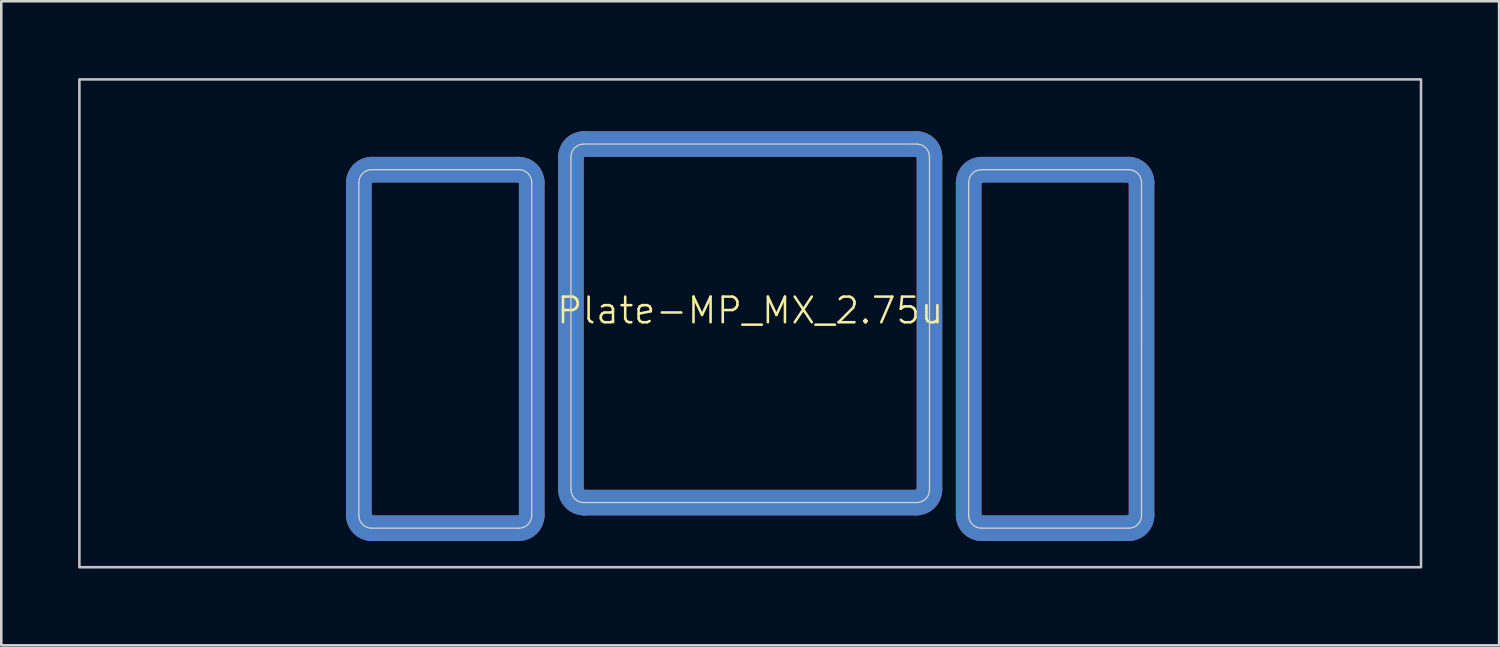
<source format=kicad_pcb>
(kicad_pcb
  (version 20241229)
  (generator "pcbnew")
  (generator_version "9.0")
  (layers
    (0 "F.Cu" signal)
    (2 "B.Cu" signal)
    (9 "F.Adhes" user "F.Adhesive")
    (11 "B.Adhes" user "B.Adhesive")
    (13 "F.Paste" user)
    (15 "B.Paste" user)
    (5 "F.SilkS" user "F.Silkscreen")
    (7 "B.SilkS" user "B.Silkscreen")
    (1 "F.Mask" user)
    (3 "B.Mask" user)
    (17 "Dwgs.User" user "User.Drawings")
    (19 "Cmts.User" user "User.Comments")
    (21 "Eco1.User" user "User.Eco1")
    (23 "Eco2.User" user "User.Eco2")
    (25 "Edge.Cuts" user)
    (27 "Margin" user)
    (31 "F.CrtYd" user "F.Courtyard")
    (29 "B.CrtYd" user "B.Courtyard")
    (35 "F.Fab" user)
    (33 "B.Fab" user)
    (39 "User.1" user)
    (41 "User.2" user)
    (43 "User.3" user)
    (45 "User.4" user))
  (footprint "Plate-MP_MX_2.75u"
    (layer "F.Cu")
    (at 26.244 9.575)
    (property "Reference" "Plate-MP_MX_2.75u" (at 0 -0.5 0) (unlocked yes) (layer "F.SilkS") (effects (font (size 1 1) (thickness 0.1))))
    (attr exclude_from_pos_files exclude_from_bom allow_missing_courtyard)
    (fp_line (start -15.281 -5.5) (end -15.281 7.5) (stroke (width 1) (type solid)) (layer "F.Cu"))
    (fp_line (start -9.031 -6) (end -14.781 -6) (stroke (width 1) (type solid)) (layer "F.Cu"))
    (fp_line (start -9.031 8) (end -14.781 8) (stroke (width 1) (type solid)) (layer "F.Cu"))
    (fp_line (start -8.531 -5.5) (end -8.531 7.5) (stroke (width 1) (type solid)) (layer "F.Cu"))
    (fp_line (start -7 -6.5) (end -7 6.5) (stroke (width 1) (type solid)) (layer "F.Cu"))
    (fp_line (start -6.5 7) (end 6.5 7) (stroke (width 1) (type solid)) (layer "F.Cu"))
    (fp_line (start 6.5 -7) (end -6.5 -7) (stroke (width 1) (type solid)) (layer "F.Cu"))
    (fp_line (start 7 6.5) (end 7 -6.5) (stroke (width 1) (type solid)) (layer "F.Cu"))
    (fp_line (start 8.531 -5.5) (end 8.531 7.5) (stroke (width 1) (type solid)) (layer "F.Cu"))
    (fp_line (start 14.781 -6) (end 9.031 -6) (stroke (width 1) (type solid)) (layer "F.Cu"))
    (fp_line (start 14.781 8) (end 9.031 8) (stroke (width 1) (type solid)) (layer "F.Cu"))
    (fp_line (start 15.281 -5.5) (end 15.281 7.5) (stroke (width 1) (type solid)) (layer "F.Cu"))
    (fp_arc (start -15.28125 -5.499999) (mid -15.134803 -5.853552) (end -14.78125 -5.999999) (stroke (width 1) (type solid)) (layer "F.Cu"))
    (fp_arc (start -14.78125 8.000001) (mid -15.134804 7.853555) (end -15.28125 7.500001) (stroke (width 1) (type solid)) (layer "F.Cu"))
    (fp_arc (start -9.03125 -5.999999) (mid -8.677697 -5.853552) (end -8.53125 -5.499999) (stroke (width 1) (type solid)) (layer "F.Cu"))
    (fp_arc (start -8.53125 7.500001) (mid -8.677697 7.853554) (end -9.03125 8.000001) (stroke (width 1) (type solid)) (layer "F.Cu"))
    (fp_arc (start -7 -6.5) (mid -6.853554 -6.853554) (end -6.5 -7) (stroke (width 1) (type solid)) (layer "F.Cu"))
    (fp_arc (start -6.497236 6.998884) (mid -6.85079 6.852438) (end -6.997236 6.498884) (stroke (width 1) (type solid)) (layer "F.Cu"))
    (fp_arc (start 6.5 -7) (mid 6.853554 -6.853554) (end 7 -6.5) (stroke (width 1) (type solid)) (layer "F.Cu"))
    (fp_arc (start 7 6.5) (mid 6.853554 6.853554) (end 6.5 7) (stroke (width 1) (type solid)) (layer "F.Cu"))
    (fp_arc (start 8.53125 -5.499999) (mid 8.677697 -5.853552) (end 9.03125 -5.999999) (stroke (width 1) (type solid)) (layer "F.Cu"))
    (fp_arc (start 9.03125 8.000001) (mid 8.677696 7.853555) (end 8.53125 7.500001) (stroke (width 1) (type solid)) (layer "F.Cu"))
    (fp_arc (start 14.78125 -5.999999) (mid 15.134803 -5.853552) (end 15.28125 -5.499999) (stroke (width 1) (type solid)) (layer "F.Cu"))
    (fp_arc (start 15.28125 7.500001) (mid 15.134803 7.853554) (end 14.78125 8.000001) (stroke (width 1) (type solid)) (layer "F.Cu"))
    (fp_line (start -15.281 -5.5) (end -15.281 7.5) (stroke (width 1.1) (type solid)) (layer "F.Mask"))
    (fp_line (start -14.781 -6) (end -9.031 -6) (stroke (width 1.1) (type solid)) (layer "F.Mask"))
    (fp_line (start -14.781 8) (end -9.031 8) (stroke (width 1.1) (type solid)) (layer "F.Mask"))
    (fp_line (start -8.531 -5.5) (end -8.531 7.5) (stroke (width 1.1) (type solid)) (layer "F.Mask"))
    (fp_line (start -7 -6.5) (end -7 6.5) (stroke (width 1.1) (type solid)) (layer "F.Mask"))
    (fp_line (start -6.5 7) (end 6.5 7) (stroke (width 1.1) (type solid)) (layer "F.Mask"))
    (fp_line (start 6.5 -7) (end -6.5 -7) (stroke (width 1.1) (type solid)) (layer "F.Mask"))
    (fp_line (start 7 6.5) (end 7 -6.5) (stroke (width 1.1) (type solid)) (layer "F.Mask"))
    (fp_line (start 8.531 -5.5) (end 8.531 7.5) (stroke (width 1.1) (type solid)) (layer "F.Mask"))
    (fp_line (start 9.031 -6) (end 14.781 -6) (stroke (width 1.1) (type solid)) (layer "F.Mask"))
    (fp_line (start 9.031 8) (end 14.781 8) (stroke (width 1.1) (type solid)) (layer "F.Mask"))
    (fp_line (start 15.281 -5.5) (end 15.281 7.5) (stroke (width 1.1) (type solid)) (layer "F.Mask"))
    (fp_arc (start -15.28125 -5.499999) (mid -15.134803 -5.853552) (end -14.78125 -5.999999) (stroke (width 1.1) (type solid)) (layer "F.Mask"))
    (fp_arc (start -14.78125 8.000001) (mid -15.134803 7.853554) (end -15.28125 7.500001) (stroke (width 1.1) (type solid)) (layer "F.Mask"))
    (fp_arc (start -9.03125 -5.999999) (mid -8.677697 -5.853552) (end -8.53125 -5.499999) (stroke (width 1.1) (type solid)) (layer "F.Mask"))
    (fp_arc (start -8.53125 7.500001) (mid -8.677697 7.853554) (end -9.03125 8.000001) (stroke (width 1.1) (type solid)) (layer "F.Mask"))
    (fp_arc (start -7 -6.5) (mid -6.853554 -6.853554) (end -6.5 -7) (stroke (width 1.1) (type solid)) (layer "F.Mask"))
    (fp_arc (start -6.497236 6.998884) (mid -6.85079 6.852438) (end -6.997236 6.498884) (stroke (width 1.1) (type solid)) (layer "F.Mask"))
    (fp_arc (start 6.5 -7) (mid 6.853554 -6.853554) (end 7 -6.5) (stroke (width 1.1) (type solid)) (layer "F.Mask"))
    (fp_arc (start 7 6.5) (mid 6.853554 6.853554) (end 6.5 7) (stroke (width 1.1) (type solid)) (layer "F.Mask"))
    (fp_arc (start 8.53125 -5.499999) (mid 8.677697 -5.853552) (end 9.03125 -5.999999) (stroke (width 1.1) (type solid)) (layer "F.Mask"))
    (fp_arc (start 9.03125 8.000001) (mid 8.677697 7.853554) (end 8.53125 7.500001) (stroke (width 1.1) (type solid)) (layer "F.Mask"))
    (fp_arc (start 14.78125 -5.999999) (mid 15.134803 -5.853552) (end 15.28125 -5.499999) (stroke (width 1.1) (type solid)) (layer "F.Mask"))
    (fp_arc (start 15.28125 7.500001) (mid 15.134803 7.853554) (end 14.78125 8.000001) (stroke (width 1.1) (type solid)) (layer "F.Mask"))
    (fp_line (start -15.281 -5.5) (end -15.281 7.5) (stroke (width 1) (type solid)) (layer "B.Cu"))
    (fp_line (start -14.781 -6) (end -9.031 -6) (stroke (width 1) (type solid)) (layer "B.Cu"))
    (fp_line (start -14.781 8) (end -9.031 8) (stroke (width 1) (type solid)) (layer "B.Cu"))
    (fp_line (start -8.531 -5.5) (end -8.531 7.5) (stroke (width 1) (type solid)) (layer "B.Cu"))
    (fp_line (start -7 6.5) (end -7 -6.5) (stroke (width 1) (type solid)) (layer "B.Cu"))
    (fp_line (start -6.5 -7) (end 6.5 -7) (stroke (width 1) (type solid)) (layer "B.Cu"))
    (fp_line (start 6.5 7) (end -6.5 7) (stroke (width 1) (type solid)) (layer "B.Cu"))
    (fp_line (start 7 -6.5) (end 7 6.5) (stroke (width 1) (type solid)) (layer "B.Cu"))
    (fp_line (start 8.531 -5.5) (end 8.531 7.5) (stroke (width 1) (type solid)) (layer "B.Cu"))
    (fp_line (start 9.031 -6) (end 14.781 -6) (stroke (width 1) (type solid)) (layer "B.Cu"))
    (fp_line (start 9.031 8) (end 14.781 8) (stroke (width 1) (type solid)) (layer "B.Cu"))
    (fp_line (start 15.281 -5.5) (end 15.281 7.5) (stroke (width 1) (type solid)) (layer "B.Cu"))
    (fp_arc (start -15.28125 -5.499999) (mid -15.134803 -5.853552) (end -14.78125 -5.999999) (stroke (width 1) (type solid)) (layer "B.Cu"))
    (fp_arc (start -14.78125 8.000001) (mid -15.134803 7.853554) (end -15.28125 7.500001) (stroke (width 1) (type solid)) (layer "B.Cu"))
    (fp_arc (start -9.03125 -5.999999) (mid -8.677697 -5.853552) (end -8.53125 -5.499999) (stroke (width 1) (type solid)) (layer "B.Cu"))
    (fp_arc (start -8.53125 7.500001) (mid -8.677697 7.853554) (end -9.03125 8.000001) (stroke (width 1) (type solid)) (layer "B.Cu"))
    (fp_arc (start -7 -6.5) (mid -6.853553 -6.853553) (end -6.5 -7) (stroke (width 1) (type solid)) (layer "B.Cu"))
    (fp_arc (start -6.5 7) (mid -6.853553 6.853553) (end -7 6.5) (stroke (width 1) (type solid)) (layer "B.Cu"))
    (fp_arc (start 6.5 -7) (mid 6.853554 -6.853554) (end 7 -6.5) (stroke (width 1) (type solid)) (layer "B.Cu"))
    (fp_arc (start 6.997236 6.498884) (mid 6.85079 6.852438) (end 6.497236 6.998884) (stroke (width 1) (type solid)) (layer "B.Cu"))
    (fp_arc (start 8.53125 -5.499999) (mid 8.677697 -5.853552) (end 9.03125 -5.999999) (stroke (width 1) (type solid)) (layer "B.Cu"))
    (fp_arc (start 9.03125 8.000001) (mid 8.677697 7.853554) (end 8.53125 7.500001) (stroke (width 1) (type solid)) (layer "B.Cu"))
    (fp_arc (start 14.78125 -5.999999) (mid 15.134803 -5.853552) (end 15.28125 -5.499999) (stroke (width 1) (type solid)) (layer "B.Cu"))
    (fp_arc (start 15.28125 7.500001) (mid 15.134803 7.853554) (end 14.78125 8.000001) (stroke (width 1) (type solid)) (layer "B.Cu"))
    (fp_line (start -15.281 -5.5) (end -15.281 7.5) (stroke (width 1.1) (type solid)) (layer "B.Mask"))
    (fp_line (start -9.031 -6) (end -14.781 -6) (stroke (width 1.1) (type solid)) (layer "B.Mask"))
    (fp_line (start -9.031 8) (end -14.781 8) (stroke (width 1.1) (type solid)) (layer "B.Mask"))
    (fp_line (start -8.531 -5.5) (end -8.531 7.5) (stroke (width 1.1) (type solid)) (layer "B.Mask"))
    (fp_line (start -7 6.5) (end -7 -6.5) (stroke (width 1.1) (type solid)) (layer "B.Mask"))
    (fp_line (start -6.5 -7) (end 6.5 -7) (stroke (width 1.1) (type solid)) (layer "B.Mask"))
    (fp_line (start 6.5 7) (end -6.5 7) (stroke (width 1.1) (type solid)) (layer "B.Mask"))
    (fp_line (start 7 -6.5) (end 7 6.5) (stroke (width 1.1) (type solid)) (layer "B.Mask"))
    (fp_line (start 8.531 -5.5) (end 8.531 7.5) (stroke (width 1.1) (type solid)) (layer "B.Mask"))
    (fp_line (start 14.781 -6) (end 9.031 -6) (stroke (width 1.1) (type solid)) (layer "B.Mask"))
    (fp_line (start 14.781 8) (end 9.031 8) (stroke (width 1.1) (type solid)) (layer "B.Mask"))
    (fp_line (start 15.281 -5.5) (end 15.281 7.5) (stroke (width 1.1) (type solid)) (layer "B.Mask"))
    (fp_arc (start -15.28125 -5.499999) (mid -15.134803 -5.853552) (end -14.78125 -5.999999) (stroke (width 1.1) (type solid)) (layer "B.Mask"))
    (fp_arc (start -14.78125 8.000001) (mid -15.134803 7.853554) (end -15.28125 7.500001) (stroke (width 1.1) (type solid)) (layer "B.Mask"))
    (fp_arc (start -9.03125 -5.999999) (mid -8.677697 -5.853552) (end -8.53125 -5.499999) (stroke (width 1.1) (type solid)) (layer "B.Mask"))
    (fp_arc (start -8.53125 7.500001) (mid -8.677697 7.853554) (end -9.03125 8.000001) (stroke (width 1.1) (type solid)) (layer "B.Mask"))
    (fp_arc (start -7 -6.5) (mid -6.853553 -6.853553) (end -6.5 -7) (stroke (width 1.1) (type solid)) (layer "B.Mask"))
    (fp_arc (start -6.5 7) (mid -6.853553 6.853553) (end -7 6.5) (stroke (width 1.1) (type solid)) (layer "B.Mask"))
    (fp_arc (start 6.5 -7) (mid 6.853554 -6.853554) (end 7 -6.5) (stroke (width 1.1) (type solid)) (layer "B.Mask"))
    (fp_arc (start 6.997236 6.498884) (mid 6.85079 6.852438) (end 6.497236 6.998884) (stroke (width 1.1) (type solid)) (layer "B.Mask"))
    (fp_arc (start 8.53125 -5.499999) (mid 8.677697 -5.853552) (end 9.03125 -5.999999) (stroke (width 1.1) (type solid)) (layer "B.Mask"))
    (fp_arc (start 9.03125 8.000001) (mid 8.677697 7.853554) (end 8.53125 7.500001) (stroke (width 1.1) (type solid)) (layer "B.Mask"))
    (fp_arc (start 14.78125 -5.999999) (mid 15.134803 -5.853552) (end 15.28125 -5.499999) (stroke (width 1.1) (type solid)) (layer "B.Mask"))
    (fp_arc (start 15.28125 7.500001) (mid 15.134803 7.853554) (end 14.78125 8.000001) (stroke (width 1.1) (type solid)) (layer "B.Mask"))
    (fp_rect (start -26.194 -9.525) (end 26.194 9.525) (stroke (width 0.1) (type solid)) (fill no) (layer "Dwgs.User"))
    (fp_line (start -15.281 -5.5) (end -15.281 7.5) (stroke (width 0.05) (type solid)) (layer "Edge.Cuts"))
    (fp_line (start -14.781 -6) (end -9.031 -6) (stroke (width 0.05) (type solid)) (layer "Edge.Cuts"))
    (fp_line (start -14.781 8) (end -9.031 8) (stroke (width 0.05) (type solid)) (layer "Edge.Cuts"))
    (fp_line (start -8.531 -5.5) (end -8.531 7.5) (stroke (width 0.05) (type solid)) (layer "Edge.Cuts"))
    (fp_line (start -7 -6.5) (end -7 6.5) (stroke (width 0.05) (type solid)) (layer "Edge.Cuts"))
    (fp_line (start -6.5 7) (end 6.5 7) (stroke (width 0.05) (type solid)) (layer "Edge.Cuts"))
    (fp_line (start 6.5 -7) (end -6.5 -7) (stroke (width 0.05) (type solid)) (layer "Edge.Cuts"))
    (fp_line (start 7 6.5) (end 7 -6.5) (stroke (width 0.05) (type solid)) (layer "Edge.Cuts"))
    (fp_line (start 8.531 -5.5) (end 8.531 7.5) (stroke (width 0.05) (type solid)) (layer "Edge.Cuts"))
    (fp_line (start 9.031 -6) (end 14.78 -6) (stroke (width 0.05) (type solid)) (layer "Edge.Cuts"))
    (fp_line (start 9.031 8) (end 14.781 8) (stroke (width 0.05) (type solid)) (layer "Edge.Cuts"))
    (fp_line (start 15.28 -5.5) (end 15.281 7.5) (stroke (width 0.05) (type solid)) (layer "Edge.Cuts"))
    (fp_arc (start -15.28125 -5.499999) (mid -15.134803 -5.853552) (end -14.78125 -5.999999) (stroke (width 0.05) (type solid)) (layer "Edge.Cuts"))
    (fp_arc (start -14.78125 8.000001) (mid -15.134803 7.853554) (end -15.28125 7.500001) (stroke (width 0.05) (type solid)) (layer "Edge.Cuts"))
    (fp_arc (start -9.03125 -5.999999) (mid -8.677697 -5.853552) (end -8.53125 -5.499999) (stroke (width 0.05) (type solid)) (layer "Edge.Cuts"))
    (fp_arc (start -8.53125 7.500001) (mid -8.677697 7.853554) (end -9.03125 8.000001) (stroke (width 0.05) (type solid)) (layer "Edge.Cuts"))
    (fp_arc (start -7 -6.5) (mid -6.853553 -6.853553) (end -6.5 -7) (stroke (width 0.05) (type solid)) (layer "Edge.Cuts"))
    (fp_arc (start -6.497236 6.998884) (mid -6.850789 6.852437) (end -6.997236 6.498884) (stroke (width 0.05) (type solid)) (layer "Edge.Cuts"))
    (fp_arc (start 6.5 -7) (mid 6.853554 -6.853554) (end 7 -6.5) (stroke (width 0.05) (type solid)) (layer "Edge.Cuts"))
    (fp_arc (start 7 6.5) (mid 6.853554 6.853554) (end 6.5 7) (stroke (width 0.05) (type solid)) (layer "Edge.Cuts"))
    (fp_arc (start 8.53125 -5.499999) (mid 8.677697 -5.853552) (end 9.03125 -5.999999) (stroke (width 0.05) (type solid)) (layer "Edge.Cuts"))
    (fp_arc (start 9.03125 8.000001) (mid 8.677697 7.853554) (end 8.53125 7.500001) (stroke (width 0.05) (type solid)) (layer "Edge.Cuts"))
    (fp_arc (start 14.780039 -5.999999) (mid 15.133592 -5.853552) (end 15.280039 -5.499999) (stroke (width 0.05) (type solid)) (layer "Edge.Cuts"))
    (fp_arc (start 15.28125 7.500001) (mid 15.134803 7.853554) (end 14.78125 8.000001) (stroke (width 0.05) (type solid)) (layer "Edge.Cuts")))
  (gr_rect
    (start -3 -3)
    (end 55.487 22.15)
    (stroke (width 0.1) (type default))
    (fill no)
    (layer "Edge.Cuts")))
</source>
